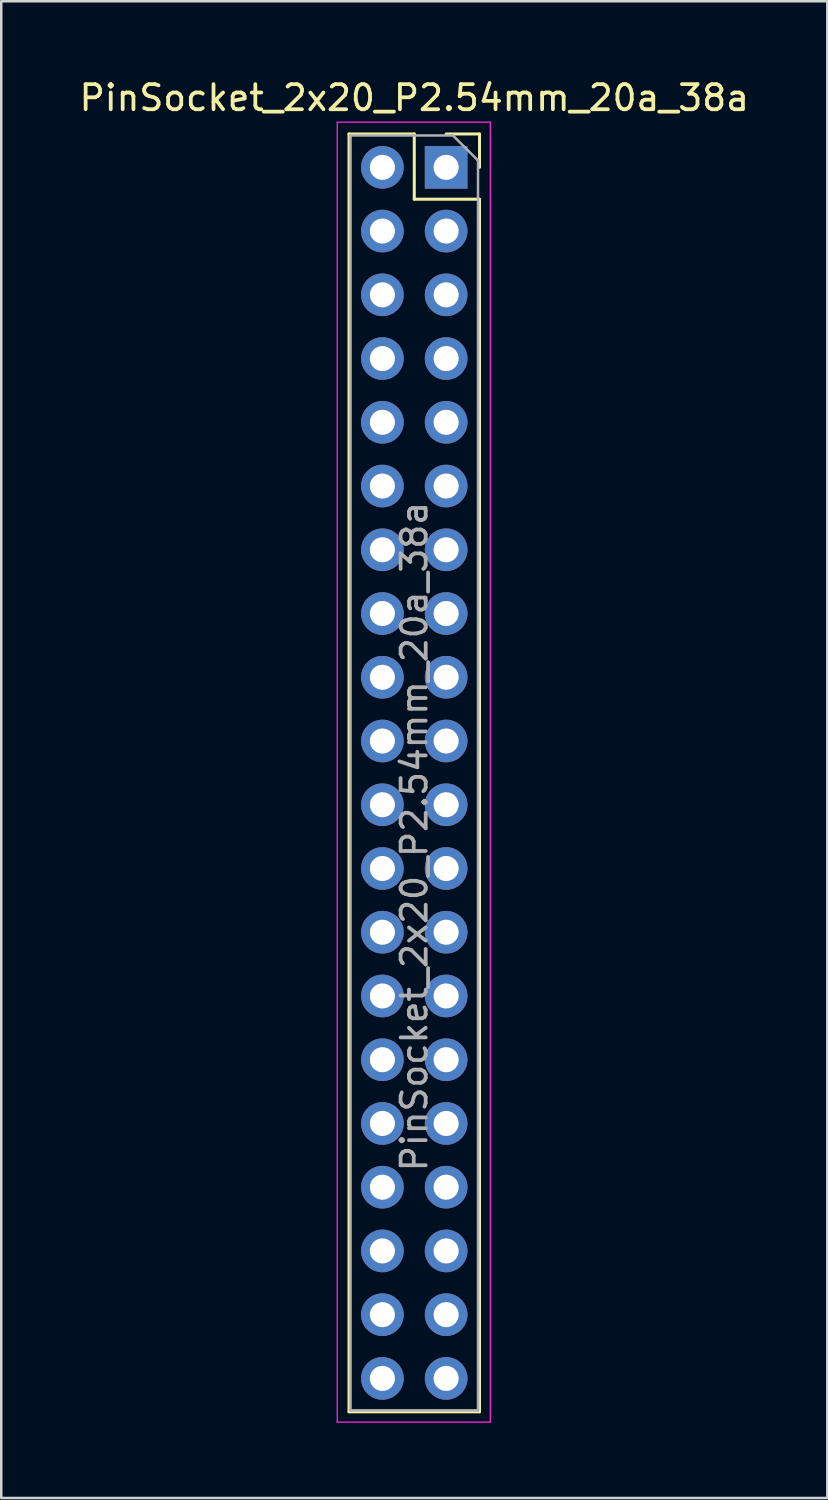
<source format=kicad_pcb>
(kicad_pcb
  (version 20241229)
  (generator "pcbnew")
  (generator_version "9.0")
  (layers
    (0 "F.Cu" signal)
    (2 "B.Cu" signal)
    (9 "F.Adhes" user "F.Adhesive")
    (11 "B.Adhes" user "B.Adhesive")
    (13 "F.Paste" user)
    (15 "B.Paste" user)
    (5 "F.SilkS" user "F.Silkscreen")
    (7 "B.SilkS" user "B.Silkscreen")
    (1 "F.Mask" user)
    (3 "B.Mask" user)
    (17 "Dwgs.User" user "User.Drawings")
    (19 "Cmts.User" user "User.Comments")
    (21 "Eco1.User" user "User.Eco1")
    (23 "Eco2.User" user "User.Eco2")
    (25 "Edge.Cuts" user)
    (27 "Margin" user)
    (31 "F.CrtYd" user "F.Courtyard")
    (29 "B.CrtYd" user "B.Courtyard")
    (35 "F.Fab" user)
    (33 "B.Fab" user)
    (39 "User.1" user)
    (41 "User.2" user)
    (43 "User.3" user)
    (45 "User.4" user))
  (footprint "PinSocket_2x20_P2.54mm_20a_38a"
    (layer "F.Cu")
    (at 14.728 3.618)
    (property "Reference" "PinSocket_2x20_P2.54mm_20a_38a" (at -1.27 -2.77 0) (layer "F.SilkS") (effects (font (size 1 1) (thickness 0.15))))
    (attr through_hole)
    (fp_line (start -3.87 -1.33) (end -3.87 49.59) (stroke (width 0.12) (type solid)) (layer "F.SilkS"))
    (fp_line (start -3.87 -1.33) (end -1.27 -1.33) (stroke (width 0.12) (type solid)) (layer "F.SilkS"))
    (fp_line (start -3.87 49.59) (end 1.33 49.59) (stroke (width 0.12) (type solid)) (layer "F.SilkS"))
    (fp_line (start -1.27 -1.33) (end -1.27 1.27) (stroke (width 0.12) (type solid)) (layer "F.SilkS"))
    (fp_line (start -1.27 1.27) (end 1.33 1.27) (stroke (width 0.12) (type solid)) (layer "F.SilkS"))
    (fp_line (start 0 -1.33) (end 1.33 -1.33) (stroke (width 0.12) (type solid)) (layer "F.SilkS"))
    (fp_line (start 1.33 -1.33) (end 1.33 0) (stroke (width 0.12) (type solid)) (layer "F.SilkS"))
    (fp_line (start 1.33 1.27) (end 1.33 49.59) (stroke (width 0.12) (type solid)) (layer "F.SilkS"))
    (fp_line (start -4.34 -1.8) (end 1.76 -1.8) (stroke (width 0.05) (type solid)) (layer "F.CrtYd"))
    (fp_line (start -4.34 50) (end -4.34 -1.8) (stroke (width 0.05) (type solid)) (layer "F.CrtYd"))
    (fp_line (start 1.76 -1.8) (end 1.76 50) (stroke (width 0.05) (type solid)) (layer "F.CrtYd"))
    (fp_line (start 1.76 50) (end -4.34 50) (stroke (width 0.05) (type solid)) (layer "F.CrtYd"))
    (fp_line (start -3.81 -1.27) (end 0.27 -1.27) (stroke (width 0.1) (type solid)) (layer "F.Fab"))
    (fp_line (start -3.81 49.53) (end -3.81 -1.27) (stroke (width 0.1) (type solid)) (layer "F.Fab"))
    (fp_line (start 0.27 -1.27) (end 1.27 -0.27) (stroke (width 0.1) (type solid)) (layer "F.Fab"))
    (fp_line (start 1.27 -0.27) (end 1.27 49.53) (stroke (width 0.1) (type solid)) (layer "F.Fab"))
    (fp_line (start 1.27 49.53) (end -3.81 49.53) (stroke (width 0.1) (type solid)) (layer "F.Fab"))
    (fp_text user "${REFERENCE}" (at -1.27 26.67 270) (layer "F.Fab") (effects (font (size 1 1) (thickness 0.15))))
    (pad "20a" thru_hole oval (at 0 2.54) (size 1.7 1.7) (drill 1) (layers "*.Cu" "*.Mask"))
    (pad "20b" thru_hole oval (at -2.54 2.54) (size 1.7 1.7) (drill 1) (layers "*.Cu" "*.Mask"))
    (pad "21a" thru_hole oval (at 0 5.08) (size 1.7 1.7) (drill 1) (layers "*.Cu" "*.Mask"))
    (pad "21b" thru_hole oval (at -2.54 5.08) (size 1.7 1.7) (drill 1) (layers "*.Cu" "*.Mask"))
    (pad "22a" thru_hole oval (at 0 7.62) (size 1.7 1.7) (drill 1) (layers "*.Cu" "*.Mask"))
    (pad "22b" thru_hole oval (at -2.54 7.62) (size 1.7 1.7) (drill 1) (layers "*.Cu" "*.Mask"))
    (pad "23a" thru_hole oval (at 0 10.16) (size 1.7 1.7) (drill 1) (layers "*.Cu" "*.Mask"))
    (pad "23b" thru_hole oval (at -2.54 10.16) (size 1.7 1.7) (drill 1) (layers "*.Cu" "*.Mask"))
    (pad "24a" thru_hole oval (at 0 12.7) (size 1.7 1.7) (drill 1) (layers "*.Cu" "*.Mask"))
    (pad "24b" thru_hole oval (at -2.54 12.7) (size 1.7 1.7) (drill 1) (layers "*.Cu" "*.Mask"))
    (pad "25a" thru_hole oval (at 0 15.24) (size 1.7 1.7) (drill 1) (layers "*.Cu" "*.Mask"))
    (pad "25b" thru_hole oval (at -2.54 15.24) (size 1.7 1.7) (drill 1) (layers "*.Cu" "*.Mask"))
    (pad "26a" thru_hole oval (at 0 17.78) (size 1.7 1.7) (drill 1) (layers "*.Cu" "*.Mask"))
    (pad "26b" thru_hole oval (at -2.54 17.78) (size 1.7 1.7) (drill 1) (layers "*.Cu" "*.Mask"))
    (pad "27a" thru_hole oval (at 0 20.32) (size 1.7 1.7) (drill 1) (layers "*.Cu" "*.Mask"))
    (pad "27b" thru_hole oval (at -2.54 20.32) (size 1.7 1.7) (drill 1) (layers "*.Cu" "*.Mask"))
    (pad "28a" thru_hole oval (at 0 22.86) (size 1.7 1.7) (drill 1) (layers "*.Cu" "*.Mask"))
    (pad "28b" thru_hole oval (at -2.54 22.86) (size 1.7 1.7) (drill 1) (layers "*.Cu" "*.Mask"))
    (pad "29a" thru_hole oval (at 0 25.4) (size 1.7 1.7) (drill 1) (layers "*.Cu" "*.Mask"))
    (pad "29b" thru_hole oval (at -2.54 25.4) (size 1.7 1.7) (drill 1) (layers "*.Cu" "*.Mask"))
    (pad "30a" thru_hole oval (at 0 27.94) (size 1.7 1.7) (drill 1) (layers "*.Cu" "*.Mask"))
    (pad "30b" thru_hole oval (at -2.54 27.94) (size 1.7 1.7) (drill 1) (layers "*.Cu" "*.Mask"))
    (pad "31a" thru_hole oval (at 0 30.48) (size 1.7 1.7) (drill 1) (layers "*.Cu" "*.Mask"))
    (pad "31b" thru_hole oval (at -2.54 30.48) (size 1.7 1.7) (drill 1) (layers "*.Cu" "*.Mask"))
    (pad "32a" thru_hole oval (at 0 33.02) (size 1.7 1.7) (drill 1) (layers "*.Cu" "*.Mask"))
    (pad "32b" thru_hole oval (at -2.54 33.02) (size 1.7 1.7) (drill 1) (layers "*.Cu" "*.Mask"))
    (pad "33a" thru_hole oval (at 0 35.56) (size 1.7 1.7) (drill 1) (layers "*.Cu" "*.Mask"))
    (pad "33b" thru_hole oval (at -2.54 35.56) (size 1.7 1.7) (drill 1) (layers "*.Cu" "*.Mask"))
    (pad "34a" thru_hole oval (at 0 38.1) (size 1.7 1.7) (drill 1) (layers "*.Cu" "*.Mask"))
    (pad "34b" thru_hole oval (at -2.54 38.1) (size 1.7 1.7) (drill 1) (layers "*.Cu" "*.Mask"))
    (pad "35a" thru_hole oval (at 0 40.64) (size 1.7 1.7) (drill 1) (layers "*.Cu" "*.Mask"))
    (pad "35b" thru_hole oval (at -2.54 40.64) (size 1.7 1.7) (drill 1) (layers "*.Cu" "*.Mask"))
    (pad "36a" thru_hole oval (at 0 43.18) (size 1.7 1.7) (drill 1) (layers "*.Cu" "*.Mask"))
    (pad "36b" thru_hole oval (at -2.54 43.18) (size 1.7 1.7) (drill 1) (layers "*.Cu" "*.Mask"))
    (pad "37a" thru_hole oval (at 0 45.72) (size 1.7 1.7) (drill 1) (layers "*.Cu" "*.Mask"))
    (pad "37b" thru_hole oval (at -2.54 45.72) (size 1.7 1.7) (drill 1) (layers "*.Cu" "*.Mask"))
    (pad "38a" thru_hole oval (at 0 48.26) (size 1.7 1.7) (drill 1) (layers "*.Cu" "*.Mask"))
    (pad "38b" thru_hole oval (at -2.54 48.26) (size 1.7 1.7) (drill 1) (layers "*.Cu" "*.Mask"))
    (pad "none_a" thru_hole rect (at 0 0) (size 1.7 1.7) (drill 1) (layers "*.Cu" "*.Mask"))
    (pad "none_b" thru_hole oval (at -2.54 0) (size 1.7 1.7) (drill 1) (layers "*.Cu" "*.Mask")))
  (gr_rect
    (start -3 -3)
    (end 29.917 56.643)
    (stroke (width 0.1) (type default))
    (fill no)
    (layer "Edge.Cuts")))
</source>
